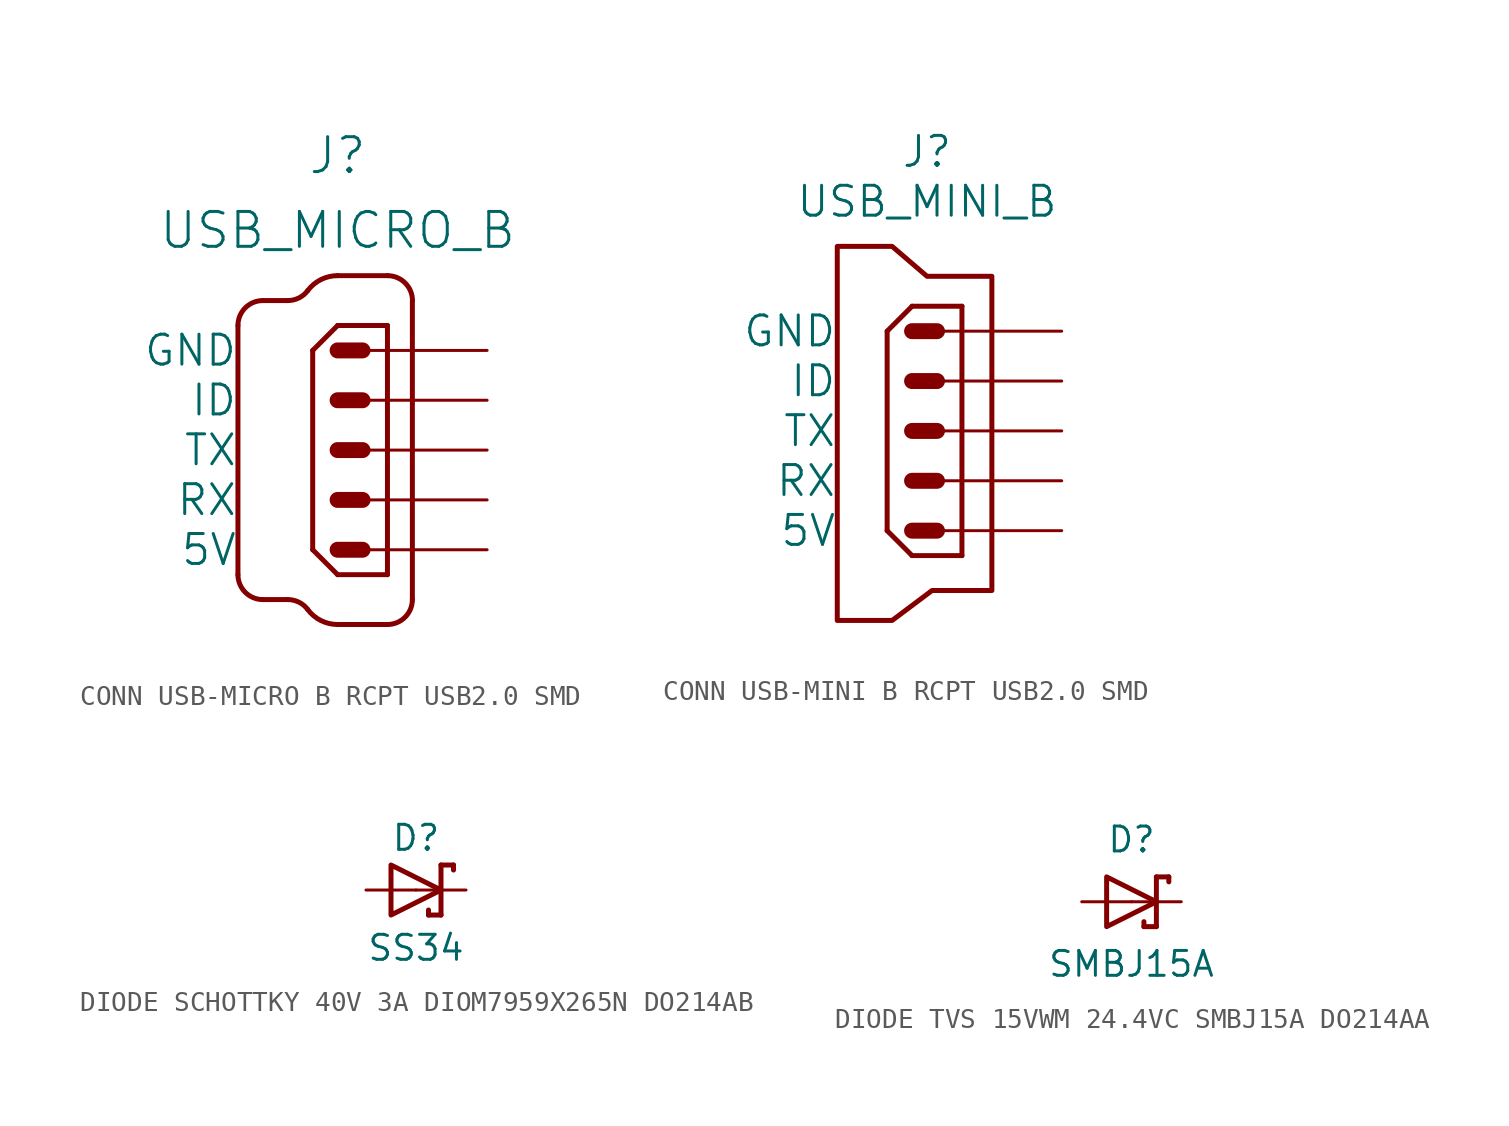
<source format=kicad_sym>
(kicad_symbol_lib
  (version 20241209)
  (generator "kicad_symbol_editor")
  (generator_version "9.0")
  (symbol "CONN USB-MICRO B RCPT USB2.0 SMD"
    (pin_names
      (offset 5.08))
    (property "Reference" "J"
      (at 0 13.97 0)
      (effects (font (size 1.778 1.778)) (justify bottom)))
    (property "Value" "USB_MICRO_B"
      (at 0 10.16 0)
      (effects (font (size 1.778 1.778)) (justify bottom)))
    (symbol "CONN USB-MICRO B RCPT USB2.0 SMD_1_0"
      (polyline (pts (xy -5.08 6.35) (xy -5.08 -6.35)) (stroke (width 0.254) (type solid)) (fill (type none)))
      (polyline (pts (xy -3.81 7.62) (xy -2.54 7.62)) (stroke (width 0.254) (type solid)) (fill (type none)))
      (polyline (pts (xy -3.81 -7.62) (xy -2.54 -7.62)) (stroke (width 0.254) (type solid)) (fill (type none)))
      (arc (start -5.08 6.35) (mid -4.708 7.248) (end -3.81 7.62) (stroke (width 0.254) (type solid)) (fill (type none)))
      (arc (start -3.81 -7.62) (mid -4.708 -7.248) (end -5.08 -6.35) (stroke (width 0.254) (type solid)) (fill (type none)))
      (arc (start -1.524 8.128) (mid -1.972 7.7541) (end -2.54 7.62) (stroke (width 0.254) (type solid)) (fill (type none)))
      (arc (start -2.54 -7.62) (mid -1.972 -7.7541) (end -1.524 -8.128) (stroke (width 0.254) (type solid)) (fill (type none)))
      (polyline (pts (xy -1.27 5.08) (xy -1.27 -5.08)) (stroke (width 0.254) (type solid)) (fill (type none)))
      (polyline (pts (xy -1.27 -5.08) (xy 0 -6.35)) (stroke (width 0.254) (type solid)) (fill (type none)))
      (polyline (pts (xy 0 8.89) (xy 2.54 8.89)) (stroke (width 0.254) (type solid)) (fill (type none)))
      (arc (start -1.524 8.128) (mid -0.8519 8.6889) (end 0.0001 8.89) (stroke (width 0.254) (type solid)) (fill (type none)))
      (polyline (pts (xy 0 6.35) (xy -1.27 5.08)) (stroke (width 0.254) (type solid)) (fill (type none)))
      (polyline (pts (xy 0 5.08) (xy 1.27 5.08)) (stroke (width 0.813) (type solid)) (fill (type none)))
      (polyline (pts (xy 0 2.54) (xy 1.27 2.54)) (stroke (width 0.813) (type solid)) (fill (type none)))
      (polyline (pts (xy 0 0) (xy 1.27 0)) (stroke (width 0.813) (type solid)) (fill (type none)))
      (polyline (pts (xy 0 -2.54) (xy 1.27 -2.54)) (stroke (width 0.813) (type solid)) (fill (type none)))
      (polyline (pts (xy 0 -5.08) (xy 1.27 -5.08)) (stroke (width 0.813) (type solid)) (fill (type none)))
      (polyline (pts (xy 0 -6.35) (xy 2.54 -6.35)) (stroke (width 0.254) (type solid)) (fill (type none)))
      (arc (start 0.0001 -8.89) (mid -0.8519 -8.6889) (end -1.524 -8.128) (stroke (width 0.254) (type solid)) (fill (type none)))
      (polyline (pts (xy 0 -8.89) (xy 2.54 -8.89)) (stroke (width 0.254) (type solid)) (fill (type none)))
      (arc (start 2.54 8.89) (mid 3.438 8.518) (end 3.81 7.62) (stroke (width 0.254) (type solid)) (fill (type none)))
      (polyline (pts (xy 2.54 6.35) (xy 0 6.35)) (stroke (width 0.254) (type solid)) (fill (type none)))
      (polyline (pts (xy 2.54 -6.35) (xy 2.54 6.35)) (stroke (width 0.254) (type solid)) (fill (type none)))
      (arc (start 3.81 -7.62) (mid 3.438 -8.518) (end 2.54 -8.89) (stroke (width 0.254) (type solid)) (fill (type none)))
      (polyline (pts (xy 3.81 -7.62) (xy 3.81 7.62)) (stroke (width 0.254) (type solid)) (fill (type none)))
      (pin passive line (at 7.62 5.08 180) (length 7.62) (name "GND" (effects (font (size 1.524 1.524)))) (number "P$1" (effects (font (size 0 0)))))
      (pin passive line (at 7.62 2.54 180) (length 7.62) (name "ID" (effects (font (size 1.524 1.524)))) (number "P$2" (effects (font (size 0 0)))))
      (pin passive line (at 7.62 0 180) (length 7.62) (name "TX" (effects (font (size 1.524 1.524)))) (number "P$3" (effects (font (size 0 0)))))
      (pin passive line (at 7.62 -2.54 180) (length 7.62) (name "RX" (effects (font (size 1.524 1.524)))) (number "P$4" (effects (font (size 0 0)))))
      (pin passive line (at 7.62 -5.08 180) (length 7.62) (name "5V" (effects (font (size 1.524 1.524)))) (number "P$5" (effects (font (size 0 0)))))))
  (symbol "CONN USB-MINI B RCPT USB2.0 SMD"
    (pin_names
      (offset 3.81))
    (property "Reference" "J"
      (at 0 5.08 0)
      (effects (font (size 1.524 1.524))))
    (property "Value" "USB_MINI_B"
      (at 0 2.54 0)
      (effects (font (size 1.524 1.524))))
    (symbol "CONN USB-MINI B RCPT USB2.0 SMD_0_1"
      (polyline (pts (xy 3.302 -2.794) (xy 3.302 -1.27) (xy 0 -1.27) (xy -1.778 0.254) (xy -4.572 0.254) (xy -4.572 -18.796) (xy -1.778 -18.796) (xy 0.254 -17.272) (xy 3.302 -17.272) (xy 3.302 -2.794)) (stroke (width 0.254) (type default)) (fill (type none))))
    (symbol "CONN USB-MINI B RCPT USB2.0 SMD_1_0"
      (polyline (pts (xy -2.032 -4.064) (xy -2.032 -14.224)) (stroke (width 0.254) (type solid)) (fill (type none)))
      (polyline (pts (xy -2.032 -14.224) (xy -0.762 -15.494)) (stroke (width 0.254) (type solid)) (fill (type none)))
      (polyline (pts (xy -0.762 -2.794) (xy -2.032 -4.064)) (stroke (width 0.254) (type solid)) (fill (type none)))
      (polyline (pts (xy -0.762 -4.064) (xy 0.508 -4.064)) (stroke (width 0.813) (type solid)) (fill (type none)))
      (polyline (pts (xy -0.762 -6.604) (xy 0.508 -6.604)) (stroke (width 0.813) (type solid)) (fill (type none)))
      (polyline (pts (xy -0.762 -9.144) (xy 0.508 -9.144)) (stroke (width 0.813) (type solid)) (fill (type none)))
      (polyline (pts (xy -0.762 -11.684) (xy 0.508 -11.684)) (stroke (width 0.813) (type solid)) (fill (type none)))
      (polyline (pts (xy -0.762 -14.224) (xy 0.508 -14.224)) (stroke (width 0.813) (type solid)) (fill (type none)))
      (polyline (pts (xy -0.762 -15.494) (xy 1.778 -15.494)) (stroke (width 0.254) (type solid)) (fill (type none)))
      (polyline (pts (xy 1.778 -2.794) (xy -0.762 -2.794)) (stroke (width 0.254) (type solid)) (fill (type none)))
      (polyline (pts (xy 1.778 -15.494) (xy 1.778 -2.794)) (stroke (width 0.254) (type solid)) (fill (type none)))
      (pin passive line (at 6.858 -4.064 180) (length 7.62) (name "GND" (effects (font (size 1.524 1.524)))) (number "P$1" (effects (font (size 0 0)))))
      (pin passive line (at 6.858 -6.604 180) (length 7.62) (name "ID" (effects (font (size 1.524 1.524)))) (number "P$2" (effects (font (size 0 0)))))
      (pin passive line (at 6.858 -9.144 180) (length 7.62) (name "TX" (effects (font (size 1.524 1.524)))) (number "P$3" (effects (font (size 0 0)))))
      (pin passive line (at 6.858 -11.684 180) (length 7.62) (name "RX" (effects (font (size 1.524 1.524)))) (number "P$4" (effects (font (size 0 0)))))
      (pin passive line (at 6.858 -14.224 180) (length 7.62) (name "5V" (effects (font (size 1.524 1.524)))) (number "P$5" (effects (font (size 0 0)))))))
  (symbol "DIODE SCHOTTKY 40V 3A DIOM7959X265N DO214AB"
    (property "Reference" "D"
      (at 0 1.905 0)
      (effects (font (size 1.27 1.27)) (justify bottom)))
    (property "Value" "SS34"
      (at 0 -3.683 0)
      (effects (font (size 1.27 1.27)) (justify bottom)))
    (symbol "DIODE SCHOTTKY 40V 3A DIOM7959X265N DO214AB_0_1"
      (polyline (pts (xy 1.27 0) (xy -1.27 1.27) (xy -1.27 -1.27) (xy 1.27 0)) (stroke (width 0.254) (type default)) (fill (type none))))
    (symbol "DIODE SCHOTTKY 40V 3A DIOM7959X265N DO214AB_1_0"
      (polyline (pts (xy 0.635 -1.016) (xy 0.635 -1.27)) (stroke (width 0.254) (type solid)) (fill (type none)))
      (polyline (pts (xy 1.27 1.27) (xy 1.27 0)) (stroke (width 0.254) (type solid)) (fill (type none)))
      (polyline (pts (xy 1.27 0) (xy 1.27 -1.27)) (stroke (width 0.254) (type solid)) (fill (type none)))
      (polyline (pts (xy 1.27 -1.27) (xy 0.635 -1.27)) (stroke (width 0.254) (type solid)) (fill (type none)))
      (polyline (pts (xy 1.905 1.27) (xy 1.27 1.27)) (stroke (width 0.254) (type solid)) (fill (type none)))
      (polyline (pts (xy 1.905 1.27) (xy 1.905 1.016)) (stroke (width 0.254) (type solid)) (fill (type none)))
      (pin passive line (at -2.54 0 0) (length 2.54) (name "A" (effects (font (size 0 0)))) (number "A" (effects (font (size 0 0)))))
      (pin passive line (at 2.54 0 180) (length 2.54) (name "C" (effects (font (size 0 0)))) (number "C" (effects (font (size 0 0)))))))
  (symbol "DIODE TVS 15VWM 24.4VC SMBJ15A DO214AA"
    (pin_names
      (offset 0.254))
    (property "Reference" "D"
      (at 0 3.175 0)
      (effects (font (size 1.27 1.27))))
    (property "Value" "SMBJ15A"
      (at 0 -3.175 0)
      (effects (font (size 1.27 1.27))))
    (symbol "DIODE TVS 15VWM 24.4VC SMBJ15A DO214AA_0_1"
      (polyline (pts (xy 1.27 0) (xy -1.27 1.27) (xy -1.27 -1.27) (xy 1.27 0)) (stroke (width 0.254) (type default)) (fill (type none))))
    (symbol "DIODE TVS 15VWM 24.4VC SMBJ15A DO214AA_1_0"
      (polyline (pts (xy 0.635 -1.016) (xy 0.635 -1.27)) (stroke (width 0.254) (type solid)) (fill (type none)))
      (polyline (pts (xy 1.27 1.27) (xy 1.27 0)) (stroke (width 0.254) (type solid)) (fill (type none)))
      (polyline (pts (xy 1.27 0) (xy 1.27 -1.27)) (stroke (width 0.254) (type solid)) (fill (type none)))
      (polyline (pts (xy 1.27 -1.27) (xy 0.635 -1.27)) (stroke (width 0.254) (type solid)) (fill (type none)))
      (polyline (pts (xy 1.905 1.27) (xy 1.27 1.27)) (stroke (width 0.254) (type solid)) (fill (type none)))
      (polyline (pts (xy 1.905 1.27) (xy 1.905 1.016)) (stroke (width 0.254) (type solid)) (fill (type none)))
      (pin passive line (at -2.54 0 0) (length 2.54) (name "A" (effects (font (size 0 0)))) (number "2" (effects (font (size 0 0)))))
      (pin passive line (at 2.54 0 180) (length 2.54) (name "C" (effects (font (size 0 0)))) (number "1" (effects (font (size 0 0))))))))
</source>
